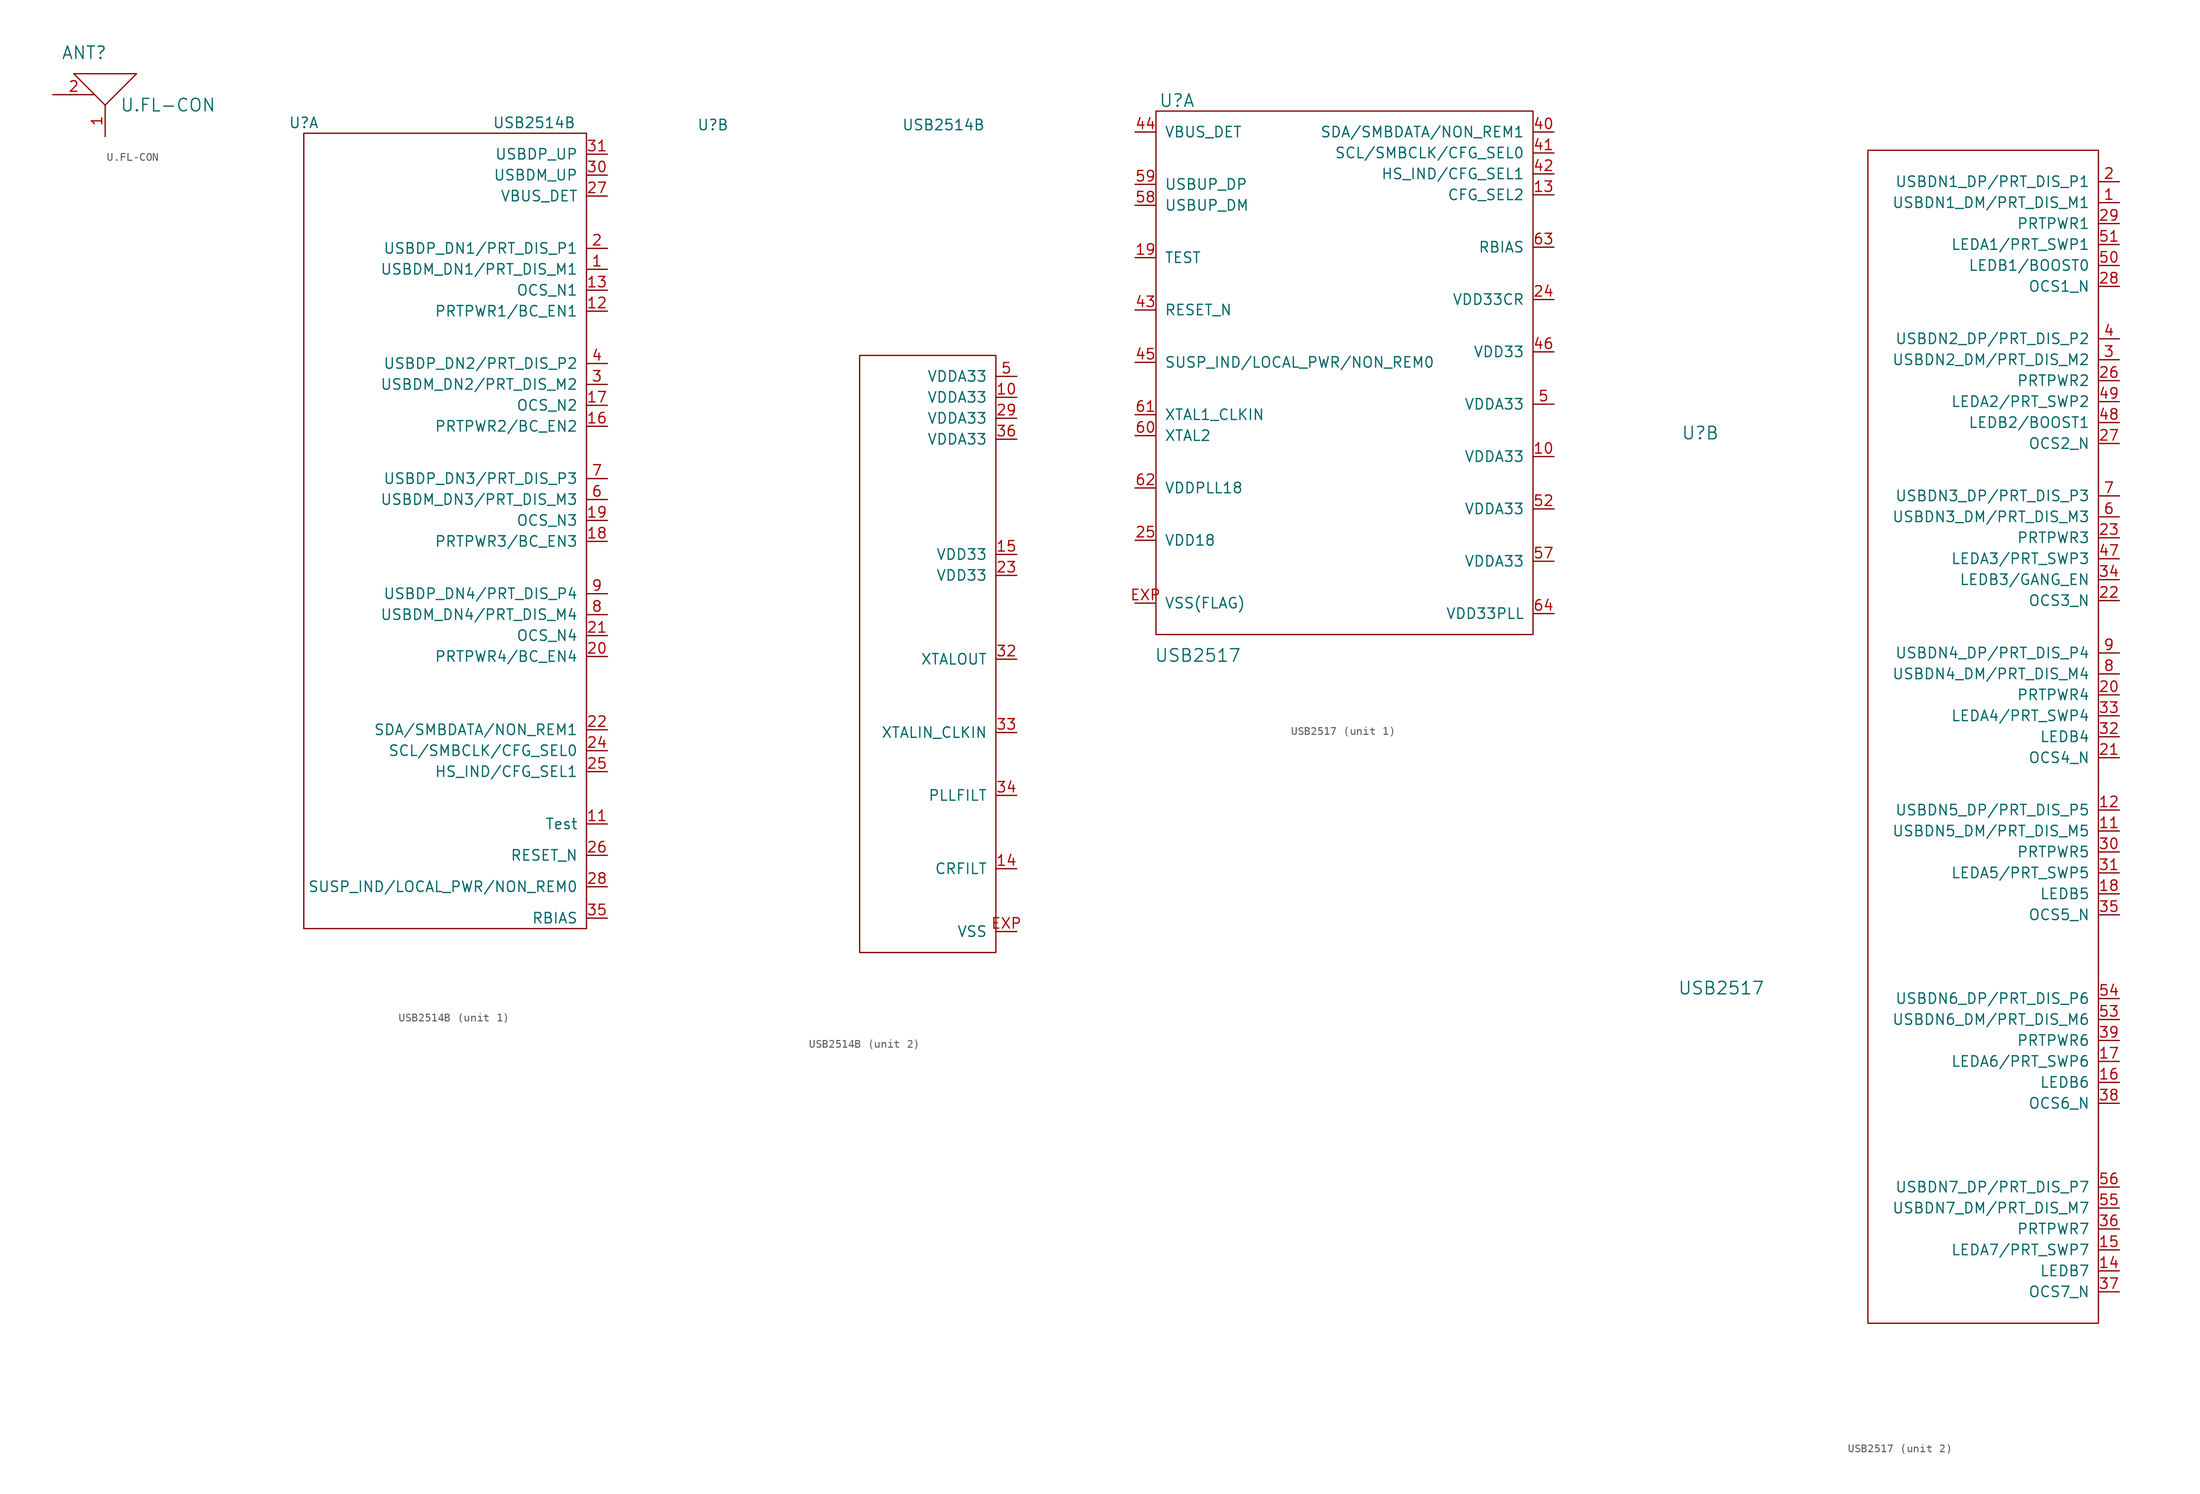
<source format=kicad_sym>
(kicad_symbol_lib
  (version 20210619)
  (generator kicad_symbol_editor)
  (symbol "tinkerforge:U.FL-CON"
    (pin_names
      (offset 1.016))
    (property "Reference" "ANT"
      (at -2.54 6.35 0)
      (effects (font (size 1.524 1.524))))
    (property "Value" "U.FL-CON"
      (at 7.62 0 0)
      (effects (font (size 1.524 1.524))))
    (property "Footprint" ""
      (at 0 0 0)
      (effects (font (size 1.524 1.524))))
    (property "Datasheet" ""
      (at 0 0 0)
      (effects (font (size 1.524 1.524))))
    (symbol "U.FL-CON_0_1"
      (polyline (pts (xy 0 0) (xy -3.81 3.81) (xy 3.81 3.81) (xy 0 0)) (stroke (width 0)) (fill (type none))))
    (symbol "U.FL-CON_1_1"
      (pin input line (at 0 -3.81 90) (length 3.81) (name "~" (effects (font (size 1.27 1.27)))) (number "1" (effects (font (size 1.27 1.27)))))
      (pin input line (at -6.35 1.27 0) (length 5.08) (name "~" (effects (font (size 1.27 1.27)))) (number "2" (effects (font (size 1.27 1.27)))))))
  (symbol "tinkerforge:USB2514B"
    (pin_names
      (offset 1.016))
    (property "Reference" "U"
      (at -34.29 48.26 0)
      (effects (font (size 1.27 1.27))))
    (property "Value" "USB2514B"
      (at -6.35 48.26 0)
      (effects (font (size 1.27 1.27))))
    (symbol "USB2514B_1_1"
      (rectangle (start 0 46.99) (end -34.29 -49.53) (stroke (width 0)) (fill (type none)))
      (pin passive line (at 2.54 30.48 180) (length 2.54) (name "USBDM_DN1/PRT_DIS_M1" (effects (font (size 1.27 1.27)))) (number "1" (effects (font (size 1.27 1.27)))))
      (pin passive line (at 2.54 -36.83 180) (length 2.54) (name "Test" (effects (font (size 1.27 1.27)))) (number "11" (effects (font (size 1.27 1.27)))))
      (pin passive line (at 2.54 25.4 180) (length 2.54) (name "PRTPWR1/BC_EN1" (effects (font (size 1.27 1.27)))) (number "12" (effects (font (size 1.27 1.27)))))
      (pin passive line (at 2.54 27.94 180) (length 2.54) (name "OCS_N1" (effects (font (size 1.27 1.27)))) (number "13" (effects (font (size 1.27 1.27)))))
      (pin passive line (at 2.54 11.43 180) (length 2.54) (name "PRTPWR2/BC_EN2" (effects (font (size 1.27 1.27)))) (number "16" (effects (font (size 1.27 1.27)))))
      (pin passive line (at 2.54 13.97 180) (length 2.54) (name "OCS_N2" (effects (font (size 1.27 1.27)))) (number "17" (effects (font (size 1.27 1.27)))))
      (pin passive line (at 2.54 -2.54 180) (length 2.54) (name "PRTPWR3/BC_EN3" (effects (font (size 1.27 1.27)))) (number "18" (effects (font (size 1.27 1.27)))))
      (pin passive line (at 2.54 0 180) (length 2.54) (name "OCS_N3" (effects (font (size 1.27 1.27)))) (number "19" (effects (font (size 1.27 1.27)))))
      (pin passive line (at 2.54 33.02 180) (length 2.54) (name "USBDP_DN1/PRT_DIS_P1" (effects (font (size 1.27 1.27)))) (number "2" (effects (font (size 1.27 1.27)))))
      (pin passive line (at 2.54 -16.51 180) (length 2.54) (name "PRTPWR4/BC_EN4" (effects (font (size 1.27 1.27)))) (number "20" (effects (font (size 1.27 1.27)))))
      (pin passive line (at 2.54 -13.97 180) (length 2.54) (name "OCS_N4" (effects (font (size 1.27 1.27)))) (number "21" (effects (font (size 1.27 1.27)))))
      (pin passive line (at 2.54 -25.4 180) (length 2.54) (name "SDA/SMBDATA/NON_REM1" (effects (font (size 1.27 1.27)))) (number "22" (effects (font (size 1.27 1.27)))))
      (pin passive line (at 2.54 -27.94 180) (length 2.54) (name "SCL/SMBCLK/CFG_SEL0" (effects (font (size 1.27 1.27)))) (number "24" (effects (font (size 1.27 1.27)))))
      (pin passive line (at 2.54 -30.48 180) (length 2.54) (name "HS_IND/CFG_SEL1" (effects (font (size 1.27 1.27)))) (number "25" (effects (font (size 1.27 1.27)))))
      (pin passive line (at 2.54 -40.64 180) (length 2.54) (name "RESET_N" (effects (font (size 1.27 1.27)))) (number "26" (effects (font (size 1.27 1.27)))))
      (pin passive line (at 2.54 39.37 180) (length 2.54) (name "VBUS_DET" (effects (font (size 1.27 1.27)))) (number "27" (effects (font (size 1.27 1.27)))))
      (pin passive line (at 2.54 -44.45 180) (length 2.54) (name "SUSP_IND/LOCAL_PWR/NON_REM0" (effects (font (size 1.27 1.27)))) (number "28" (effects (font (size 1.27 1.27)))))
      (pin passive line (at 2.54 16.51 180) (length 2.54) (name "USBDM_DN2/PRT_DIS_M2" (effects (font (size 1.27 1.27)))) (number "3" (effects (font (size 1.27 1.27)))))
      (pin passive line (at 2.54 41.91 180) (length 2.54) (name "USBDM_UP" (effects (font (size 1.27 1.27)))) (number "30" (effects (font (size 1.27 1.27)))))
      (pin passive line (at 2.54 44.45 180) (length 2.54) (name "USBDP_UP" (effects (font (size 1.27 1.27)))) (number "31" (effects (font (size 1.27 1.27)))))
      (pin passive line (at 2.54 -48.26 180) (length 2.54) (name "RBIAS" (effects (font (size 1.27 1.27)))) (number "35" (effects (font (size 1.27 1.27)))))
      (pin passive line (at 2.54 19.05 180) (length 2.54) (name "USBDP_DN2/PRT_DIS_P2" (effects (font (size 1.27 1.27)))) (number "4" (effects (font (size 1.27 1.27)))))
      (pin passive line (at 2.54 2.54 180) (length 2.54) (name "USBDM_DN3/PRT_DIS_M3" (effects (font (size 1.27 1.27)))) (number "6" (effects (font (size 1.27 1.27)))))
      (pin passive line (at 2.54 5.08 180) (length 2.54) (name "USBDP_DN3/PRT_DIS_P3" (effects (font (size 1.27 1.27)))) (number "7" (effects (font (size 1.27 1.27)))))
      (pin passive line (at 2.54 -11.43 180) (length 2.54) (name "USBDM_DN4/PRT_DIS_M4" (effects (font (size 1.27 1.27)))) (number "8" (effects (font (size 1.27 1.27)))))
      (pin passive line (at 2.54 -8.89 180) (length 2.54) (name "USBDP_DN4/PRT_DIS_P4" (effects (font (size 1.27 1.27)))) (number "9" (effects (font (size 1.27 1.27))))))
    (symbol "USB2514B_2_1"
      (rectangle (start 0 20.32) (end -16.51 -52.07) (stroke (width 0)) (fill (type none)))
      (pin passive line (at 2.54 15.24 180) (length 2.54) (name "VDDA33" (effects (font (size 1.27 1.27)))) (number "10" (effects (font (size 1.27 1.27)))))
      (pin passive line (at 2.54 -41.91 180) (length 2.54) (name "CRFILT" (effects (font (size 1.27 1.27)))) (number "14" (effects (font (size 1.27 1.27)))))
      (pin passive line (at 2.54 -3.81 180) (length 2.54) (name "VDD33" (effects (font (size 1.27 1.27)))) (number "15" (effects (font (size 1.27 1.27)))))
      (pin passive line (at 2.54 -6.35 180) (length 2.54) (name "VDD33" (effects (font (size 1.27 1.27)))) (number "23" (effects (font (size 1.27 1.27)))))
      (pin passive line (at 2.54 12.7 180) (length 2.54) (name "VDDA33" (effects (font (size 1.27 1.27)))) (number "29" (effects (font (size 1.27 1.27)))))
      (pin passive line (at 2.54 -16.51 180) (length 2.54) (name "XTALOUT" (effects (font (size 1.27 1.27)))) (number "32" (effects (font (size 1.27 1.27)))))
      (pin passive line (at 2.54 -25.4 180) (length 2.54) (name "XTALIN_CLKIN" (effects (font (size 1.27 1.27)))) (number "33" (effects (font (size 1.27 1.27)))))
      (pin passive line (at 2.54 -33.02 180) (length 2.54) (name "PLLFILT" (effects (font (size 1.27 1.27)))) (number "34" (effects (font (size 1.27 1.27)))))
      (pin passive line (at 2.54 10.16 180) (length 2.54) (name "VDDA33" (effects (font (size 1.27 1.27)))) (number "36" (effects (font (size 1.27 1.27)))))
      (pin passive line (at 2.54 17.78 180) (length 2.54) (name "VDDA33" (effects (font (size 1.27 1.27)))) (number "5" (effects (font (size 1.27 1.27)))))
      (pin passive line (at 2.54 -49.53 180) (length 2.54) (name "VSS" (effects (font (size 1.27 1.27)))) (number "EXP" (effects (font (size 1.27 1.27)))))))
  (symbol "tinkerforge:USB2517"
    (pin_names
      (offset 1.016))
    (property "Reference" "U"
      (at -20.32 33.02 0)
      (effects (font (size 1.524 1.524))))
    (property "Value" "USB2517"
      (at -17.78 -34.29 0)
      (effects (font (size 1.524 1.524))))
    (symbol "USB2517_1_1"
      (rectangle (start -22.86 31.75) (end 22.86 -31.75) (stroke (width 0)) (fill (type none)))
      (pin passive line (at 25.4 -10.16 180) (length 2.54) (name "VDDA33" (effects (font (size 1.27 1.27)))) (number "10" (effects (font (size 1.27 1.27)))))
      (pin passive line (at 25.4 21.59 180) (length 2.54) (name "CFG_SEL2" (effects (font (size 1.27 1.27)))) (number "13" (effects (font (size 1.27 1.27)))))
      (pin passive line (at -25.4 13.97 0) (length 2.54) (name "TEST" (effects (font (size 1.27 1.27)))) (number "19" (effects (font (size 1.27 1.27)))))
      (pin passive line (at 25.4 8.89 180) (length 2.54) (name "VDD33CR" (effects (font (size 1.27 1.27)))) (number "24" (effects (font (size 1.27 1.27)))))
      (pin passive line (at -25.4 -20.32 0) (length 2.54) (name "VDD18" (effects (font (size 1.27 1.27)))) (number "25" (effects (font (size 1.27 1.27)))))
      (pin passive line (at 25.4 29.21 180) (length 2.54) (name "SDA/SMBDATA/NON_REM1" (effects (font (size 1.27 1.27)))) (number "40" (effects (font (size 1.27 1.27)))))
      (pin passive line (at 25.4 26.67 180) (length 2.54) (name "SCL/SMBCLK/CFG_SEL0" (effects (font (size 1.27 1.27)))) (number "41" (effects (font (size 1.27 1.27)))))
      (pin passive line (at 25.4 24.13 180) (length 2.54) (name "HS_IND/CFG_SEL1" (effects (font (size 1.27 1.27)))) (number "42" (effects (font (size 1.27 1.27)))))
      (pin passive line (at -25.4 7.62 0) (length 2.54) (name "RESET_N" (effects (font (size 1.27 1.27)))) (number "43" (effects (font (size 1.27 1.27)))))
      (pin passive line (at -25.4 29.21 0) (length 2.54) (name "VBUS_DET" (effects (font (size 1.27 1.27)))) (number "44" (effects (font (size 1.27 1.27)))))
      (pin passive line (at -25.4 1.27 0) (length 2.54) (name "SUSP_IND/LOCAL_PWR/NON_REM0" (effects (font (size 1.27 1.27)))) (number "45" (effects (font (size 1.27 1.27)))))
      (pin passive line (at 25.4 2.54 180) (length 2.54) (name "VDD33" (effects (font (size 1.27 1.27)))) (number "46" (effects (font (size 1.27 1.27)))))
      (pin passive line (at 25.4 -3.81 180) (length 2.54) (name "VDDA33" (effects (font (size 1.27 1.27)))) (number "5" (effects (font (size 1.27 1.27)))))
      (pin passive line (at 25.4 -16.51 180) (length 2.54) (name "VDDA33" (effects (font (size 1.27 1.27)))) (number "52" (effects (font (size 1.27 1.27)))))
      (pin passive line (at 25.4 -22.86 180) (length 2.54) (name "VDDA33" (effects (font (size 1.27 1.27)))) (number "57" (effects (font (size 1.27 1.27)))))
      (pin passive line (at -25.4 20.32 0) (length 2.54) (name "USBUP_DM" (effects (font (size 1.27 1.27)))) (number "58" (effects (font (size 1.27 1.27)))))
      (pin passive line (at -25.4 22.86 0) (length 2.54) (name "USBUP_DP" (effects (font (size 1.27 1.27)))) (number "59" (effects (font (size 1.27 1.27)))))
      (pin passive line (at -25.4 -7.62 0) (length 2.54) (name "XTAL2" (effects (font (size 1.27 1.27)))) (number "60" (effects (font (size 1.27 1.27)))))
      (pin passive line (at -25.4 -5.08 0) (length 2.54) (name "XTAL1_CLKIN" (effects (font (size 1.27 1.27)))) (number "61" (effects (font (size 1.27 1.27)))))
      (pin passive line (at -25.4 -13.97 0) (length 2.54) (name "VDDPLL18" (effects (font (size 1.27 1.27)))) (number "62" (effects (font (size 1.27 1.27)))))
      (pin passive line (at 25.4 15.24 180) (length 2.54) (name "RBIAS" (effects (font (size 1.27 1.27)))) (number "63" (effects (font (size 1.27 1.27)))))
      (pin passive line (at 25.4 -29.21 180) (length 2.54) (name "VDD33PLL" (effects (font (size 1.27 1.27)))) (number "64" (effects (font (size 1.27 1.27)))))
      (pin passive line (at -25.4 -27.94 0) (length 2.54) (name "VSS(FLAG)" (effects (font (size 1.27 1.27)))) (number "EXP" (effects (font (size 1.27 1.27))))))
    (symbol "USB2517_2_1"
      (rectangle (start 0 67.31) (end 27.94 -74.93) (stroke (width 0)) (fill (type none)))
      (pin passive line (at 30.48 60.96 180) (length 2.54) (name "USBDN1_DM/PRT_DIS_M1" (effects (font (size 1.27 1.27)))) (number "1" (effects (font (size 1.27 1.27)))))
      (pin passive line (at 30.48 -15.24 180) (length 2.54) (name "USBDN5_DM/PRT_DIS_M5" (effects (font (size 1.27 1.27)))) (number "11" (effects (font (size 1.27 1.27)))))
      (pin passive line (at 30.48 -12.7 180) (length 2.54) (name "USBDN5_DP/PRT_DIS_P5" (effects (font (size 1.27 1.27)))) (number "12" (effects (font (size 1.27 1.27)))))
      (pin passive line (at 30.48 -68.58 180) (length 2.54) (name "LEDB7" (effects (font (size 1.27 1.27)))) (number "14" (effects (font (size 1.27 1.27)))))
      (pin passive line (at 30.48 -66.04 180) (length 2.54) (name "LEDA7/PRT_SWP7" (effects (font (size 1.27 1.27)))) (number "15" (effects (font (size 1.27 1.27)))))
      (pin passive line (at 30.48 -45.72 180) (length 2.54) (name "LEDB6" (effects (font (size 1.27 1.27)))) (number "16" (effects (font (size 1.27 1.27)))))
      (pin passive line (at 30.48 -43.18 180) (length 2.54) (name "LEDA6/PRT_SWP6" (effects (font (size 1.27 1.27)))) (number "17" (effects (font (size 1.27 1.27)))))
      (pin passive line (at 30.48 -22.86 180) (length 2.54) (name "LEDB5" (effects (font (size 1.27 1.27)))) (number "18" (effects (font (size 1.27 1.27)))))
      (pin passive line (at 30.48 63.5 180) (length 2.54) (name "USBDN1_DP/PRT_DIS_P1" (effects (font (size 1.27 1.27)))) (number "2" (effects (font (size 1.27 1.27)))))
      (pin passive line (at 30.48 1.27 180) (length 2.54) (name "PRTPWR4" (effects (font (size 1.27 1.27)))) (number "20" (effects (font (size 1.27 1.27)))))
      (pin passive line (at 30.48 -6.35 180) (length 2.54) (name "OCS4_N" (effects (font (size 1.27 1.27)))) (number "21" (effects (font (size 1.27 1.27)))))
      (pin passive line (at 30.48 12.7 180) (length 2.54) (name "OCS3_N" (effects (font (size 1.27 1.27)))) (number "22" (effects (font (size 1.27 1.27)))))
      (pin passive line (at 30.48 20.32 180) (length 2.54) (name "PRTPWR3" (effects (font (size 1.27 1.27)))) (number "23" (effects (font (size 1.27 1.27)))))
      (pin passive line (at 30.48 39.37 180) (length 2.54) (name "PRTPWR2" (effects (font (size 1.27 1.27)))) (number "26" (effects (font (size 1.27 1.27)))))
      (pin passive line (at 30.48 31.75 180) (length 2.54) (name "OCS2_N" (effects (font (size 1.27 1.27)))) (number "27" (effects (font (size 1.27 1.27)))))
      (pin passive line (at 30.48 50.8 180) (length 2.54) (name "OCS1_N" (effects (font (size 1.27 1.27)))) (number "28" (effects (font (size 1.27 1.27)))))
      (pin passive line (at 30.48 58.42 180) (length 2.54) (name "PRTPWR1" (effects (font (size 1.27 1.27)))) (number "29" (effects (font (size 1.27 1.27)))))
      (pin passive line (at 30.48 41.91 180) (length 2.54) (name "USBDN2_DM/PRT_DIS_M2" (effects (font (size 1.27 1.27)))) (number "3" (effects (font (size 1.27 1.27)))))
      (pin passive line (at 30.48 -17.78 180) (length 2.54) (name "PRTPWR5" (effects (font (size 1.27 1.27)))) (number "30" (effects (font (size 1.27 1.27)))))
      (pin passive line (at 30.48 -20.32 180) (length 2.54) (name "LEDA5/PRT_SWP5" (effects (font (size 1.27 1.27)))) (number "31" (effects (font (size 1.27 1.27)))))
      (pin passive line (at 30.48 -3.81 180) (length 2.54) (name "LEDB4" (effects (font (size 1.27 1.27)))) (number "32" (effects (font (size 1.27 1.27)))))
      (pin passive line (at 30.48 -1.27 180) (length 2.54) (name "LEDA4/PRT_SWP4" (effects (font (size 1.27 1.27)))) (number "33" (effects (font (size 1.27 1.27)))))
      (pin passive line (at 30.48 15.24 180) (length 2.54) (name "LEDB3/GANG_EN" (effects (font (size 1.27 1.27)))) (number "34" (effects (font (size 1.27 1.27)))))
      (pin passive line (at 30.48 -25.4 180) (length 2.54) (name "OCS5_N" (effects (font (size 1.27 1.27)))) (number "35" (effects (font (size 1.27 1.27)))))
      (pin passive line (at 30.48 -63.5 180) (length 2.54) (name "PRTPWR7" (effects (font (size 1.27 1.27)))) (number "36" (effects (font (size 1.27 1.27)))))
      (pin passive line (at 30.48 -71.12 180) (length 2.54) (name "OCS7_N" (effects (font (size 1.27 1.27)))) (number "37" (effects (font (size 1.27 1.27)))))
      (pin passive line (at 30.48 -48.26 180) (length 2.54) (name "OCS6_N" (effects (font (size 1.27 1.27)))) (number "38" (effects (font (size 1.27 1.27)))))
      (pin passive line (at 30.48 -40.64 180) (length 2.54) (name "PRTPWR6" (effects (font (size 1.27 1.27)))) (number "39" (effects (font (size 1.27 1.27)))))
      (pin passive line (at 30.48 44.45 180) (length 2.54) (name "USBDN2_DP/PRT_DIS_P2" (effects (font (size 1.27 1.27)))) (number "4" (effects (font (size 1.27 1.27)))))
      (pin passive line (at 30.48 17.78 180) (length 2.54) (name "LEDA3/PRT_SWP3" (effects (font (size 1.27 1.27)))) (number "47" (effects (font (size 1.27 1.27)))))
      (pin passive line (at 30.48 34.29 180) (length 2.54) (name "LEDB2/BOOST1" (effects (font (size 1.27 1.27)))) (number "48" (effects (font (size 1.27 1.27)))))
      (pin passive line (at 30.48 36.83 180) (length 2.54) (name "LEDA2/PRT_SWP2" (effects (font (size 1.27 1.27)))) (number "49" (effects (font (size 1.27 1.27)))))
      (pin passive line (at 30.48 53.34 180) (length 2.54) (name "LEDB1/BOOST0" (effects (font (size 1.27 1.27)))) (number "50" (effects (font (size 1.27 1.27)))))
      (pin passive line (at 30.48 55.88 180) (length 2.54) (name "LEDA1/PRT_SWP1" (effects (font (size 1.27 1.27)))) (number "51" (effects (font (size 1.27 1.27)))))
      (pin passive line (at 30.48 -38.1 180) (length 2.54) (name "USBDN6_DM/PRT_DIS_M6" (effects (font (size 1.27 1.27)))) (number "53" (effects (font (size 1.27 1.27)))))
      (pin passive line (at 30.48 -35.56 180) (length 2.54) (name "USBDN6_DP/PRT_DIS_P6" (effects (font (size 1.27 1.27)))) (number "54" (effects (font (size 1.27 1.27)))))
      (pin passive line (at 30.48 -60.96 180) (length 2.54) (name "USBDN7_DM/PRT_DIS_M7" (effects (font (size 1.27 1.27)))) (number "55" (effects (font (size 1.27 1.27)))))
      (pin passive line (at 30.48 -58.42 180) (length 2.54) (name "USBDN7_DP/PRT_DIS_P7" (effects (font (size 1.27 1.27)))) (number "56" (effects (font (size 1.27 1.27)))))
      (pin passive line (at 30.48 22.86 180) (length 2.54) (name "USBDN3_DM/PRT_DIS_M3" (effects (font (size 1.27 1.27)))) (number "6" (effects (font (size 1.27 1.27)))))
      (pin passive line (at 30.48 25.4 180) (length 2.54) (name "USBDN3_DP/PRT_DIS_P3" (effects (font (size 1.27 1.27)))) (number "7" (effects (font (size 1.27 1.27)))))
      (pin passive line (at 30.48 3.81 180) (length 2.54) (name "USBDN4_DM/PRT_DIS_M4" (effects (font (size 1.27 1.27)))) (number "8" (effects (font (size 1.27 1.27)))))
      (pin passive line (at 30.48 6.35 180) (length 2.54) (name "USBDN4_DP/PRT_DIS_P4" (effects (font (size 1.27 1.27)))) (number "9" (effects (font (size 1.27 1.27))))))))
</source>
